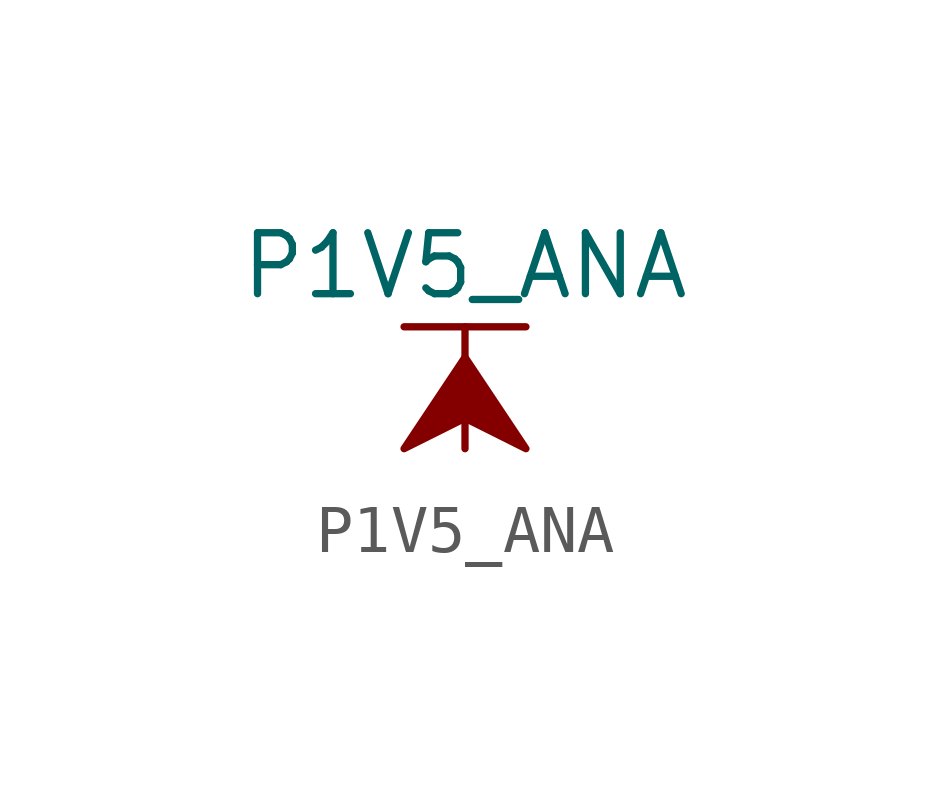
<source format=kicad_sym>
(kicad_symbol_lib
  (version 20211014)
  (generator kicad_symbol_editor)
  (symbol "P1V5_ANA"
    (power)
    (pin_names
      (offset 0))
    (property "Reference" "#PWR"
      (at 0 -3.81 0)
      (effects (font (size 1.27 1.27)) hide))
    (property "Value" "P1V5_ANA"
      (at 0 3.81 0)
      (effects (font (size 1.27 1.27))))
    (symbol "P1V5_ANA_0_1"
      (polyline (pts (xy -1.27 2.54) (xy 1.27 2.54)) (stroke (width 0.152) (type default) (color 0 0 0 0)) (fill (type none)))
      (polyline (pts (xy 0 0) (xy 0 2.54)) (stroke (width 0.152) (type default) (color 0 0 0 0)) (fill (type none)))
      (polyline (pts (xy 0 1.905) (xy -1.27 0) (xy 0 0.635) (xy 1.27 0) (xy 0 1.905)) (stroke (width 0.152) (type default) (color 0 0 0 0)) (fill (type outline))))
    (symbol "P1V5_ANA_1_1"
      (pin power_in line (at 0 0 90) (length 0) hide (name "P1V5_ANA" (effects (font (size 1.27 1.27)))) (number "1" (effects (font (size 1.27 1.27))))))))
</source>
